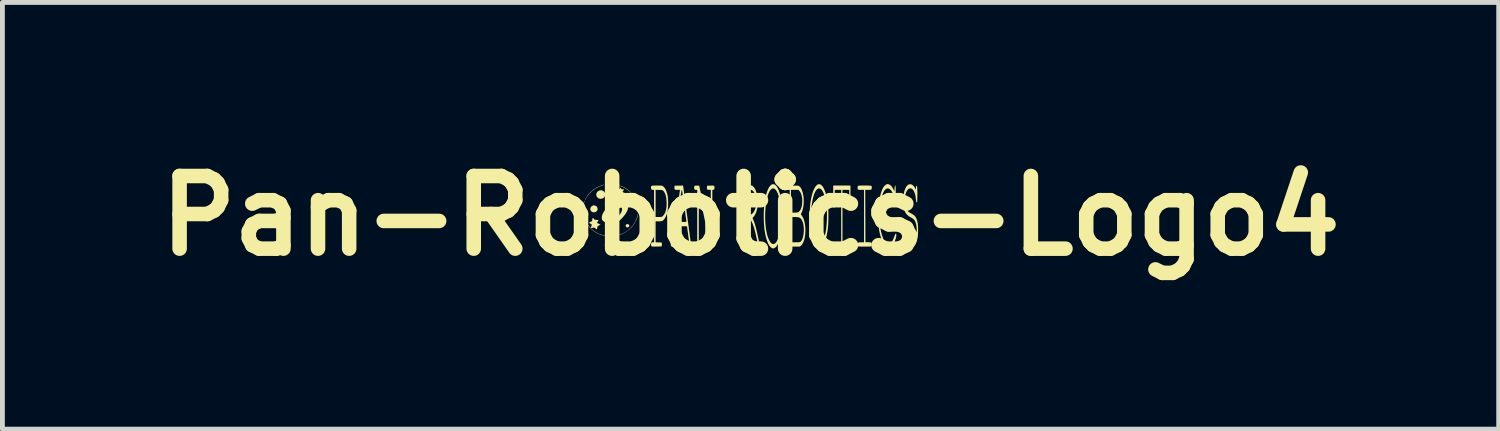
<source format=kicad_pcb>
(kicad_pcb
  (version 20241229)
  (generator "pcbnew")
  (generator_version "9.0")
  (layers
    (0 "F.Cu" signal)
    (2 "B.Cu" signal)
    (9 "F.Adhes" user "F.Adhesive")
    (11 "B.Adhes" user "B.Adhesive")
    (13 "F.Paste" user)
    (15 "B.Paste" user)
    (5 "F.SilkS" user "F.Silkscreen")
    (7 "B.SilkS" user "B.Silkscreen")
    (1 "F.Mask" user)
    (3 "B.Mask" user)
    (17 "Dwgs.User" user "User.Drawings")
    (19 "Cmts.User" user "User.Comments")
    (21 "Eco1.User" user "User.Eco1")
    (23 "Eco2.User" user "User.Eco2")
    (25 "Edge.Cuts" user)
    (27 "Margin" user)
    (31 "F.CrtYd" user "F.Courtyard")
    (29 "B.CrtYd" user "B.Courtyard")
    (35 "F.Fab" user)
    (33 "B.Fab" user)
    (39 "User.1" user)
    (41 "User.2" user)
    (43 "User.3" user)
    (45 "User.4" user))
  (footprint "Pan-Robotics-Logo4"
    (layer "F.Cu")
    (at 12.443 1.404)
    (property "Reference" "Pan-Robotics-Logo4" (at 0 0 0) (layer "F.SilkS") (effects (font (size 1.5 1.5) (thickness 0.3))))
    (attr board_only exclude_from_pos_files exclude_from_bom)
    (fp_poly (pts (xy -3.452 -0.027) (xy -3.451 -0.014) (xy -3.452 -0.011) (xy -3.454 -0.01) (xy -3.455 -0.019) (xy -3.454 -0.028)) (stroke (width 0) (type solid)) (fill yes) (layer "F.SilkS"))
    (fp_poly (pts (xy -2.319 -0.167) (xy -2.318 -0.154) (xy -2.319 -0.151) (xy -2.321 -0.15) (xy -2.322 -0.159) (xy -2.321 -0.168)) (stroke (width 0) (type solid)) (fill yes) (layer "F.SilkS"))
    (fp_poly (pts (xy -3.458 -0.177) (xy -3.457 -0.156) (xy -3.458 -0.142) (xy -3.459 -0.138) (xy -3.46 -0.145) (xy -3.46 -0.159) (xy -3.46 -0.175) (xy -3.459 -0.181)) (stroke (width 0) (type solid)) (fill yes) (layer "F.SilkS"))
    (fp_poly (pts (xy -2.977 -0.647) (xy -2.977 -0.645) (xy -2.987 -0.644) (xy -2.988 -0.644) (xy -2.998 -0.645) (xy -2.997 -0.647) (xy -2.996 -0.647) (xy -2.982 -0.648)) (stroke (width 0) (type solid)) (fill yes) (layer "F.SilkS"))
    (fp_poly (pts (xy -2.318 -0.1) (xy -2.317 -0.081) (xy -2.318 -0.068) (xy -2.32 -0.066) (xy -2.321 -0.074) (xy -2.321 -0.086) (xy -2.321 -0.1) (xy -2.32 -0.105)) (stroke (width 0) (type solid)) (fill yes) (layer "F.SilkS"))
    (fp_poly (pts (xy -3.458 -0.091) (xy -3.458 -0.091) (xy -3.457 -0.07) (xy -3.458 -0.052) (xy -3.459 -0.049) (xy -3.46 -0.056) (xy -3.46 -0.073) (xy -3.46 -0.09) (xy -3.459 -0.096)) (stroke (width 0) (type solid)) (fill yes) (layer "F.SilkS"))
    (fp_poly (pts (xy -2.522 0.176) (xy -2.507 0.188) (xy -2.502 0.204) (xy -2.508 0.221) (xy -2.514 0.229) (xy -2.532 0.24) (xy -2.552 0.239) (xy -2.56 0.235) (xy -2.575 0.221) (xy -2.58 0.204) (xy -2.576 0.188) (xy -2.563 0.176) (xy -2.543 0.172)) (stroke (width 0) (type solid)) (fill yes) (layer "F.SilkS"))
    (fp_poly (pts (xy -3.425 -0.301) (xy -3.427 -0.294) (xy -3.431 -0.283) (xy -3.437 -0.263) (xy -3.443 -0.24) (xy -3.443 -0.239) (xy -3.449 -0.219) (xy -3.453 -0.208) (xy -3.455 -0.207) (xy -3.455 -0.208) (xy -3.454 -0.22) (xy -3.45 -0.238) (xy -3.444 -0.26) (xy -3.437 -0.28) (xy -3.431 -0.296) (xy -3.427 -0.305) (xy -3.426 -0.305)) (stroke (width 0) (type solid)) (fill yes) (layer "F.SilkS"))
    (fp_poly (pts (xy -2.348 -0.293) (xy -2.343 -0.278) (xy -2.339 -0.266) (xy -2.332 -0.241) (xy -2.327 -0.217) (xy -2.324 -0.196) (xy -2.323 -0.182) (xy -2.325 -0.178) (xy -2.328 -0.184) (xy -2.329 -0.193) (xy -2.331 -0.206) (xy -2.335 -0.227) (xy -2.342 -0.251) (xy -2.342 -0.251) (xy -2.348 -0.276) (xy -2.351 -0.292) (xy -2.351 -0.298)) (stroke (width 0) (type solid)) (fill yes) (layer "F.SilkS"))
    (fp_poly (pts (xy -3.212 -0.212) (xy -3.188 -0.202) (xy -3.17 -0.183) (xy -3.159 -0.157) (xy -3.157 -0.139) (xy -3.162 -0.113) (xy -3.178 -0.092) (xy -3.2 -0.077) (xy -3.226 -0.071) (xy -3.254 -0.073) (xy -3.273 -0.08) (xy -3.294 -0.098) (xy -3.306 -0.122) (xy -3.308 -0.148) (xy -3.299 -0.175) (xy -3.289 -0.188) (xy -3.265 -0.207) (xy -3.238 -0.214)) (stroke (width 0) (type solid)) (fill yes) (layer "F.SilkS"))
    (fp_poly (pts (xy -3.065 -0.522) (xy -3.055 -0.518) (xy -3.027 -0.501) (xy -3.009 -0.478) (xy -3.001 -0.451) (xy -3.002 -0.422) (xy -3.012 -0.394) (xy -3.034 -0.37) (xy -3.041 -0.364) (xy -3.07 -0.353) (xy -3.101 -0.35) (xy -3.132 -0.357) (xy -3.142 -0.362) (xy -3.167 -0.384) (xy -3.181 -0.41) (xy -3.186 -0.439) (xy -3.18 -0.467) (xy -3.165 -0.493) (xy -3.14 -0.513) (xy -3.135 -0.515) (xy -3.11 -0.525) (xy -3.089 -0.527)) (stroke (width 0) (type solid)) (fill yes) (layer "F.SilkS"))
    (fp_poly (pts (xy -3.019 -0.641) (xy -3.029 -0.636) (xy -3.047 -0.631) (xy -3.051 -0.629) (xy -3.127 -0.602) (xy -3.196 -0.566) (xy -3.26 -0.52) (xy -3.293 -0.49) (xy -3.334 -0.447) (xy -3.368 -0.404) (xy -3.398 -0.357) (xy -3.403 -0.348) (xy -3.413 -0.329) (xy -3.421 -0.317) (xy -3.424 -0.314) (xy -3.424 -0.315) (xy -3.421 -0.323) (xy -3.414 -0.338) (xy -3.403 -0.359) (xy -3.401 -0.362) (xy -3.357 -0.43) (xy -3.303 -0.491) (xy -3.24 -0.544) (xy -3.176 -0.585) (xy -3.148 -0.598) (xy -3.117 -0.612) (xy -3.085 -0.624) (xy -3.056 -0.634) (xy -3.033 -0.64) (xy -3.019 -0.642)) (stroke (width 0) (type solid)) (fill yes) (layer "F.SilkS"))
    (fp_poly (pts (xy -2.811 -0.65) (xy -2.73 -0.635) (xy -2.653 -0.608) (xy -2.592 -0.578) (xy -2.558 -0.556) (xy -2.521 -0.527) (xy -2.483 -0.493) (xy -2.449 -0.459) (xy -2.421 -0.426) (xy -2.412 -0.414) (xy -2.398 -0.391) (xy -2.384 -0.367) (xy -2.371 -0.344) (xy -2.362 -0.325) (xy -2.357 -0.312) (xy -2.357 -0.308) (xy -2.36 -0.312) (xy -2.367 -0.324) (xy -2.371 -0.332) (xy -2.406 -0.395) (xy -2.452 -0.455) (xy -2.507 -0.508) (xy -2.569 -0.555) (xy -2.622 -0.586) (xy -2.668 -0.607) (xy -2.711 -0.623) (xy -2.754 -0.635) (xy -2.8 -0.643) (xy -2.854 -0.648) (xy -2.88 -0.649) (xy -2.969 -0.653) (xy -2.898 -0.654)) (stroke (width 0) (type solid)) (fill yes) (layer "F.SilkS"))
    (fp_poly (pts (xy -2.823 0.221) (xy -2.817 0.231) (xy -2.812 0.242) (xy -2.804 0.258) (xy -2.797 0.265) (xy -2.787 0.266) (xy -2.781 0.265) (xy -2.767 0.264) (xy -2.762 0.269) (xy -2.762 0.271) (xy -2.757 0.279) (xy -2.751 0.28) (xy -2.746 0.282) (xy -2.751 0.289) (xy -2.761 0.298) (xy -2.783 0.316) (xy -2.769 0.343) (xy -2.755 0.371) (xy -2.783 0.366) (xy -2.801 0.365) (xy -2.813 0.367) (xy -2.823 0.376) (xy -2.827 0.382) (xy -2.838 0.393) (xy -2.845 0.397) (xy -2.847 0.397) (xy -2.85 0.388) (xy -2.851 0.374) (xy -2.853 0.361) (xy -2.862 0.356) (xy -2.864 0.356) (xy -2.874 0.353) (xy -2.877 0.347) (xy -2.882 0.337) (xy -2.89 0.33) (xy -2.904 0.323) (xy -2.889 0.311) (xy -2.874 0.3) (xy -2.892 0.28) (xy -2.911 0.261) (xy -2.885 0.261) (xy -2.868 0.26) (xy -2.859 0.255) (xy -2.855 0.247) (xy -2.851 0.238) (xy -2.847 0.237) (xy -2.841 0.236) (xy -2.834 0.229) (xy -2.828 0.221)) (stroke (width 0) (type solid)) (fill yes) (layer "F.SilkS"))
    (fp_poly (pts (xy -2.323 -0.039) (xy -2.326 -0.018) (xy -2.332 0.012) (xy -2.343 0.045) (xy -2.356 0.08) (xy -2.365 0.101) (xy -2.404 0.171) (xy -2.453 0.234) (xy -2.51 0.289) (xy -2.575 0.336) (xy -2.645 0.374) (xy -2.721 0.402) (xy -2.8 0.42) (xy -2.881 0.427) (xy -2.964 0.423) (xy -3.017 0.414) (xy -3.097 0.391) (xy -3.173 0.357) (xy -3.243 0.312) (xy -3.305 0.259) (xy -3.359 0.197) (xy -3.378 0.17) (xy -3.394 0.143) (xy -3.41 0.113) (xy -3.425 0.081) (xy -3.437 0.051) (xy -3.446 0.026) (xy -3.449 0.009) (xy -3.449 0.008) (xy -3.447 0.009) (xy -3.442 0.019) (xy -3.435 0.037) (xy -3.431 0.049) (xy -3.399 0.121) (xy -3.357 0.188) (xy -3.305 0.249) (xy -3.244 0.303) (xy -3.177 0.348) (xy -3.119 0.376) (xy -3.042 0.402) (xy -2.961 0.416) (xy -2.878 0.419) (xy -2.795 0.412) (xy -2.715 0.394) (xy -2.639 0.365) (xy -2.627 0.359) (xy -2.583 0.335) (xy -2.546 0.311) (xy -2.511 0.283) (xy -2.478 0.252) (xy -2.424 0.19) (xy -2.381 0.122) (xy -2.35 0.048) (xy -2.334 -0.01) (xy -2.329 -0.029) (xy -2.325 -0.04) (xy -2.324 -0.04)) (stroke (width 0) (type solid)) (fill yes) (layer "F.SilkS"))
    (fp_poly (pts (xy 2.403 -0.624) (xy 2.438 -0.623) (xy 2.462 -0.622) (xy 2.479 -0.621) (xy 2.49 -0.619) (xy 2.495 -0.617) (xy 2.497 -0.614) (xy 2.501 -0.598) (xy 2.501 -0.577) (xy 2.499 -0.558) (xy 2.495 -0.544) (xy 2.494 -0.542) (xy 2.483 -0.538) (xy 2.461 -0.536) (xy 2.428 -0.535) (xy 2.427 -0.535) (xy 2.367 -0.535) (xy 2.369 0.005) (xy 2.371 0.544) (xy 2.431 0.546) (xy 2.463 0.548) (xy 2.485 0.551) (xy 2.496 0.555) (xy 2.496 0.556) (xy 2.5 0.568) (xy 2.501 0.587) (xy 2.5 0.608) (xy 2.496 0.624) (xy 2.494 0.629) (xy 2.486 0.632) (xy 2.47 0.634) (xy 2.443 0.635) (xy 2.406 0.636) (xy 2.357 0.636) (xy 2.354 0.636) (xy 2.309 0.636) (xy 2.276 0.636) (xy 2.252 0.635) (xy 2.236 0.634) (xy 2.226 0.632) (xy 2.219 0.63) (xy 2.216 0.626) (xy 2.215 0.624) (xy 2.21 0.609) (xy 2.208 0.592) (xy 2.209 0.573) (xy 2.214 0.56) (xy 2.224 0.552) (xy 2.242 0.549) (xy 2.27 0.547) (xy 2.282 0.547) (xy 2.342 0.547) (xy 2.342 0.006) (xy 2.342 -0.535) (xy 2.282 -0.535) (xy 2.25 -0.535) (xy 2.229 -0.538) (xy 2.217 -0.544) (xy 2.21 -0.555) (xy 2.209 -0.572) (xy 2.208 -0.579) (xy 2.211 -0.598) (xy 2.215 -0.611) (xy 2.218 -0.615) (xy 2.223 -0.619) (xy 2.231 -0.621) (xy 2.245 -0.622) (xy 2.265 -0.623) (xy 2.294 -0.624) (xy 2.333 -0.624) (xy 2.358 -0.624)) (stroke (width 0) (type solid)) (fill yes) (layer "F.SilkS"))
    (fp_poly (pts (xy -3.247 0.048) (xy -3.235 0.062) (xy -3.233 0.064) (xy -3.219 0.079) (xy -3.21 0.086) (xy -3.203 0.086) (xy -3.199 0.083) (xy -3.191 0.078) (xy -3.189 0.083) (xy -3.184 0.087) (xy -3.17 0.087) (xy -3.163 0.086) (xy -3.147 0.084) (xy -3.138 0.084) (xy -3.138 0.085) (xy -3.141 0.092) (xy -3.148 0.106) (xy -3.153 0.115) (xy -3.164 0.136) (xy -3.169 0.147) (xy -3.167 0.152) (xy -3.164 0.153) (xy -3.155 0.155) (xy -3.139 0.161) (xy -3.128 0.166) (xy -3.097 0.18) (xy -3.121 0.192) (xy -3.136 0.202) (xy -3.142 0.211) (xy -3.142 0.213) (xy -3.143 0.219) (xy -3.151 0.218) (xy -3.159 0.218) (xy -3.163 0.225) (xy -3.164 0.24) (xy -3.165 0.264) (xy -3.169 0.276) (xy -3.177 0.278) (xy -3.19 0.27) (xy -3.198 0.264) (xy -3.22 0.249) (xy -3.239 0.242) (xy -3.253 0.245) (xy -3.254 0.246) (xy -3.262 0.249) (xy -3.276 0.251) (xy -3.289 0.252) (xy -3.296 0.25) (xy -3.297 0.249) (xy -3.295 0.241) (xy -3.29 0.226) (xy -3.286 0.214) (xy -3.28 0.197) (xy -3.278 0.186) (xy -3.283 0.178) (xy -3.295 0.169) (xy -3.316 0.157) (xy -3.317 0.157) (xy -3.33 0.149) (xy -3.333 0.144) (xy -3.328 0.14) (xy -3.324 0.138) (xy -3.313 0.132) (xy -3.309 0.127) (xy -3.304 0.123) (xy -3.291 0.119) (xy -3.279 0.115) (xy -3.272 0.106) (xy -3.268 0.089) (xy -3.268 0.088) (xy -3.264 0.062) (xy -3.26 0.047) (xy -3.255 0.043)) (stroke (width 0) (type solid)) (fill yes) (layer "F.SilkS"))
    (fp_poly (pts (xy 2.062 -0.399) (xy 2.062 -0.337) (xy 2.062 -0.287) (xy 2.061 -0.248) (xy 2.06 -0.218) (xy 2.059 -0.196) (xy 2.058 -0.18) (xy 2.056 -0.171) (xy 2.054 -0.166) (xy 2.053 -0.166) (xy 2.045 -0.163) (xy 2.041 -0.169) (xy 2.039 -0.178) (xy 2.039 -0.198) (xy 2.038 -0.227) (xy 2.037 -0.263) (xy 2.037 -0.306) (xy 2.037 -0.352) (xy 2.037 -0.357) (xy 2.037 -0.535) (xy 1.967 -0.535) (xy 1.897 -0.535) (xy 1.897 0.006) (xy 1.897 0.547) (xy 1.944 0.547) (xy 1.972 0.548) (xy 1.99 0.553) (xy 2 0.562) (xy 2.004 0.578) (xy 2.005 0.592) (xy 2.004 0.607) (xy 2.002 0.619) (xy 1.997 0.627) (xy 1.986 0.632) (xy 1.968 0.635) (xy 1.942 0.636) (xy 1.905 0.636) (xy 1.883 0.636) (xy 1.775 0.636) (xy 1.769 0.62) (xy 1.763 0.592) (xy 1.766 0.567) (xy 1.77 0.56) (xy 1.775 0.553) (xy 1.784 0.549) (xy 1.8 0.548) (xy 1.824 0.547) (xy 1.871 0.547) (xy 1.871 0.006) (xy 1.871 -0.535) (xy 1.805 -0.535) (xy 1.739 -0.535) (xy 1.736 -0.358) (xy 1.735 -0.311) (xy 1.734 -0.269) (xy 1.733 -0.231) (xy 1.731 -0.201) (xy 1.73 -0.18) (xy 1.728 -0.17) (xy 1.728 -0.17) (xy 1.722 -0.163) (xy 1.714 -0.166) (xy 1.712 -0.17) (xy 1.71 -0.179) (xy 1.709 -0.193) (xy 1.707 -0.214) (xy 1.707 -0.242) (xy 1.706 -0.28) (xy 1.706 -0.328) (xy 1.706 -0.388) (xy 1.706 -0.399) (xy 1.706 -0.624) (xy 1.884 -0.624) (xy 2.062 -0.624)) (stroke (width 0) (type solid)) (fill yes) (layer "F.SilkS"))
    (fp_poly (pts (xy -2.763 -0.594) (xy -2.751 -0.584) (xy -2.74 -0.573) (xy -2.714 -0.547) (xy -2.699 -0.563) (xy -2.685 -0.576) (xy -2.677 -0.578) (xy -2.673 -0.569) (xy -2.672 -0.562) (xy -2.67 -0.552) (xy -2.664 -0.547) (xy -2.652 -0.546) (xy -2.639 -0.546) (xy -2.621 -0.547) (xy -2.613 -0.545) (xy -2.614 -0.538) (xy -2.623 -0.524) (xy -2.63 -0.515) (xy -2.639 -0.499) (xy -2.639 -0.489) (xy -2.628 -0.482) (xy -2.615 -0.477) (xy -2.599 -0.471) (xy -2.588 -0.465) (xy -2.587 -0.464) (xy -2.59 -0.458) (xy -2.601 -0.45) (xy -2.609 -0.446) (xy -2.635 -0.432) (xy -2.625 -0.413) (xy -2.615 -0.394) (xy -2.633 -0.398) (xy -2.649 -0.402) (xy -2.658 -0.404) (xy -2.664 -0.404) (xy -2.669 -0.396) (xy -2.673 -0.38) (xy -2.676 -0.36) (xy -2.68 -0.343) (xy -2.686 -0.332) (xy -2.688 -0.331) (xy -2.696 -0.335) (xy -2.71 -0.346) (xy -2.722 -0.358) (xy -2.738 -0.372) (xy -2.748 -0.379) (xy -2.755 -0.378) (xy -2.758 -0.376) (xy -2.77 -0.371) (xy -2.789 -0.367) (xy -2.803 -0.366) (xy -2.838 -0.364) (xy -2.819 -0.403) (xy -2.808 -0.424) (xy -2.804 -0.438) (xy -2.808 -0.448) (xy -2.821 -0.457) (xy -2.845 -0.467) (xy -2.849 -0.469) (xy -2.865 -0.477) (xy -2.875 -0.483) (xy -2.877 -0.485) (xy -2.871 -0.489) (xy -2.858 -0.495) (xy -2.854 -0.496) (xy -2.84 -0.503) (xy -2.832 -0.511) (xy -2.832 -0.513) (xy -2.826 -0.52) (xy -2.811 -0.522) (xy -2.799 -0.522) (xy -2.792 -0.526) (xy -2.787 -0.536) (xy -2.782 -0.555) (xy -2.781 -0.56) (xy -2.776 -0.58) (xy -2.772 -0.594) (xy -2.769 -0.598)) (stroke (width 0) (type solid)) (fill yes) (layer "F.SilkS"))
    (fp_poly (pts (xy -1.896 -0.624) (xy -1.866 -0.623) (xy -1.845 -0.622) (xy -1.83 -0.62) (xy -1.819 -0.616) (xy -1.81 -0.612) (xy -1.81 -0.611) (xy -1.785 -0.59) (xy -1.762 -0.559) (xy -1.742 -0.517) (xy -1.725 -0.464) (xy -1.714 -0.423) (xy -1.708 -0.385) (xy -1.704 -0.338) (xy -1.702 -0.286) (xy -1.702 -0.231) (xy -1.704 -0.178) (xy -1.709 -0.129) (xy -1.715 -0.089) (xy -1.717 -0.08) (xy -1.73 -0.035) (xy -1.743 0.002) (xy -1.759 0.034) (xy -1.776 0.061) (xy -1.793 0.084) (xy -1.811 0.099) (xy -1.831 0.108) (xy -1.857 0.113) (xy -1.893 0.115) (xy -1.898 0.115) (xy -1.96 0.115) (xy -1.96 0.331) (xy -1.96 0.547) (xy -1.899 0.549) (xy -1.837 0.551) (xy -1.832 0.571) (xy -1.829 0.593) (xy -1.832 0.613) (xy -1.837 0.633) (xy -1.94 0.635) (xy -1.978 0.636) (xy -2.006 0.636) (xy -2.025 0.635) (xy -2.036 0.633) (xy -2.043 0.631) (xy -2.047 0.627) (xy -2.049 0.624) (xy -2.055 0.604) (xy -2.055 0.58) (xy -2.049 0.56) (xy -2.04 0.551) (xy -2.022 0.547) (xy -2.017 0.547) (xy -1.992 0.547) (xy -1.992 0.006) (xy -1.992 -0.535) (xy -1.96 -0.535) (xy -1.96 -0.255) (xy -1.96 0.025) (xy -1.897 0.025) (xy -1.868 0.025) (xy -1.848 0.024) (xy -1.835 0.022) (xy -1.825 0.017) (xy -1.815 0.009) (xy -1.811 0.006) (xy -1.784 -0.026) (xy -1.762 -0.068) (xy -1.746 -0.119) (xy -1.736 -0.179) (xy -1.732 -0.247) (xy -1.733 -0.286) (xy -1.738 -0.354) (xy -1.749 -0.412) (xy -1.765 -0.46) (xy -1.785 -0.496) (xy -1.798 -0.512) (xy -1.812 -0.523) (xy -1.828 -0.53) (xy -1.851 -0.533) (xy -1.883 -0.534) (xy -1.895 -0.534) (xy -1.96 -0.535) (xy -1.992 -0.535) (xy -2.017 -0.535) (xy -2.038 -0.538) (xy -2.05 -0.549) (xy -2.055 -0.57) (xy -2.056 -0.579) (xy -2.055 -0.595) (xy -2.053 -0.606) (xy -2.047 -0.614) (xy -2.036 -0.619) (xy -2.018 -0.622) (xy -1.992 -0.623) (xy -1.955 -0.624) (xy -1.936 -0.624)) (stroke (width 0) (type solid)) (fill yes) (layer "F.SilkS"))
    (fp_poly (pts (xy 0.489 -0.649) (xy 0.515 -0.633) (xy 0.54 -0.605) (xy 0.563 -0.567) (xy 0.584 -0.519) (xy 0.604 -0.46) (xy 0.621 -0.392) (xy 0.636 -0.315) (xy 0.649 -0.229) (xy 0.65 -0.22) (xy 0.653 -0.19) (xy 0.655 -0.151) (xy 0.657 -0.105) (xy 0.658 -0.053) (xy 0.658 -0.000345) (xy 0.658 0.01) (xy 0.658 0.083) (xy 0.656 0.147) (xy 0.653 0.204) (xy 0.647 0.257) (xy 0.64 0.31) (xy 0.631 0.365) (xy 0.629 0.375) (xy 0.613 0.446) (xy 0.595 0.508) (xy 0.574 0.562) (xy 0.551 0.607) (xy 0.527 0.64) (xy 0.501 0.662) (xy 0.496 0.665) (xy 0.475 0.673) (xy 0.456 0.673) (xy 0.433 0.663) (xy 0.433 0.663) (xy 0.409 0.644) (xy 0.385 0.613) (xy 0.363 0.572) (xy 0.342 0.522) (xy 0.323 0.463) (xy 0.307 0.398) (xy 0.293 0.328) (xy 0.29 0.307) (xy 0.282 0.24) (xy 0.276 0.163) (xy 0.273 0.081) (xy 0.272 0.01) (xy 0.3 0.01) (xy 0.302 0.088) (xy 0.306 0.165) (xy 0.314 0.24) (xy 0.325 0.313) (xy 0.34 0.383) (xy 0.341 0.387) (xy 0.353 0.429) (xy 0.369 0.471) (xy 0.386 0.508) (xy 0.404 0.54) (xy 0.422 0.562) (xy 0.432 0.571) (xy 0.454 0.583) (xy 0.474 0.584) (xy 0.495 0.577) (xy 0.496 0.576) (xy 0.519 0.558) (xy 0.54 0.528) (xy 0.56 0.488) (xy 0.577 0.438) (xy 0.592 0.381) (xy 0.604 0.318) (xy 0.615 0.248) (xy 0.622 0.175) (xy 0.627 0.098) (xy 0.629 0.019) (xy 0.628 -0.06) (xy 0.624 -0.139) (xy 0.617 -0.216) (xy 0.606 -0.291) (xy 0.595 -0.347) (xy 0.578 -0.413) (xy 0.559 -0.467) (xy 0.538 -0.51) (xy 0.515 -0.54) (xy 0.491 -0.559) (xy 0.465 -0.565) (xy 0.455 -0.564) (xy 0.43 -0.553) (xy 0.408 -0.53) (xy 0.387 -0.497) (xy 0.368 -0.455) (xy 0.351 -0.405) (xy 0.336 -0.347) (xy 0.324 -0.284) (xy 0.314 -0.215) (xy 0.307 -0.142) (xy 0.302 -0.067) (xy 0.3 0.01) (xy 0.272 0.01) (xy 0.272 -0.004) (xy 0.274 -0.088) (xy 0.278 -0.169) (xy 0.284 -0.242) (xy 0.29 -0.29) (xy 0.303 -0.362) (xy 0.319 -0.429) (xy 0.337 -0.49) (xy 0.358 -0.542) (xy 0.381 -0.586) (xy 0.404 -0.619) (xy 0.429 -0.641) (xy 0.435 -0.645) (xy 0.463 -0.653)) (stroke (width 0) (type solid)) (fill yes) (layer "F.SilkS"))
    (fp_poly (pts (xy 1.438 -0.649) (xy 1.463 -0.633) (xy 1.488 -0.605) (xy 1.511 -0.567) (xy 1.532 -0.519) (xy 1.552 -0.46) (xy 1.569 -0.392) (xy 1.585 -0.315) (xy 1.597 -0.229) (xy 1.598 -0.22) (xy 1.601 -0.19) (xy 1.603 -0.151) (xy 1.605 -0.105) (xy 1.606 -0.053) (xy 1.607 -0.000345) (xy 1.607 0.01) (xy 1.606 0.083) (xy 1.604 0.147) (xy 1.601 0.204) (xy 1.596 0.257) (xy 1.589 0.31) (xy 1.579 0.365) (xy 1.577 0.375) (xy 1.562 0.446) (xy 1.543 0.508) (xy 1.522 0.562) (xy 1.499 0.607) (xy 1.475 0.64) (xy 1.449 0.662) (xy 1.444 0.665) (xy 1.423 0.673) (xy 1.404 0.673) (xy 1.382 0.663) (xy 1.381 0.663) (xy 1.357 0.644) (xy 1.334 0.613) (xy 1.311 0.572) (xy 1.29 0.522) (xy 1.271 0.463) (xy 1.255 0.398) (xy 1.241 0.328) (xy 1.238 0.307) (xy 1.23 0.24) (xy 1.225 0.163) (xy 1.221 0.081) (xy 1.221 0.01) (xy 1.249 0.01) (xy 1.25 0.088) (xy 1.254 0.165) (xy 1.262 0.24) (xy 1.273 0.313) (xy 1.288 0.383) (xy 1.289 0.387) (xy 1.301 0.429) (xy 1.317 0.471) (xy 1.335 0.508) (xy 1.353 0.54) (xy 1.37 0.562) (xy 1.38 0.571) (xy 1.402 0.583) (xy 1.422 0.584) (xy 1.444 0.577) (xy 1.444 0.576) (xy 1.467 0.558) (xy 1.489 0.528) (xy 1.508 0.488) (xy 1.525 0.438) (xy 1.54 0.381) (xy 1.553 0.318) (xy 1.563 0.248) (xy 1.57 0.175) (xy 1.575 0.098) (xy 1.577 0.019) (xy 1.576 -0.06) (xy 1.572 -0.139) (xy 1.565 -0.216) (xy 1.554 -0.291) (xy 1.543 -0.347) (xy 1.526 -0.413) (xy 1.507 -0.467) (xy 1.486 -0.51) (xy 1.464 -0.54) (xy 1.439 -0.559) (xy 1.413 -0.565) (xy 1.403 -0.564) (xy 1.379 -0.553) (xy 1.356 -0.53) (xy 1.335 -0.497) (xy 1.316 -0.455) (xy 1.299 -0.405) (xy 1.284 -0.347) (xy 1.272 -0.284) (xy 1.262 -0.215) (xy 1.255 -0.142) (xy 1.25 -0.067) (xy 1.249 0.01) (xy 1.221 0.01) (xy 1.221 -0.004) (xy 1.222 -0.088) (xy 1.226 -0.169) (xy 1.232 -0.242) (xy 1.238 -0.29) (xy 1.251 -0.362) (xy 1.267 -0.429) (xy 1.285 -0.49) (xy 1.306 -0.542) (xy 1.329 -0.586) (xy 1.353 -0.619) (xy 1.377 -0.641) (xy 1.383 -0.645) (xy 1.411 -0.653)) (stroke (width 0) (type solid)) (fill yes) (layer "F.SilkS"))
    (fp_poly (pts (xy -0.769 -0.622) (xy -0.755 -0.618) (xy -0.748 -0.611) (xy -0.745 -0.598) (xy -0.745 -0.58) (xy -0.745 -0.579) (xy -0.747 -0.554) (xy -0.755 -0.54) (xy -0.77 -0.535) (xy -0.775 -0.535) (xy -0.789 -0.535) (xy -0.789 0.051) (xy -0.789 0.636) (xy -0.81 0.636) (xy -0.831 0.636) (xy -0.938 0.122) (xy -0.955 0.042) (xy -0.971 -0.035) (xy -0.987 -0.109) (xy -1.002 -0.178) (xy -1.015 -0.241) (xy -1.027 -0.298) (xy -1.037 -0.346) (xy -1.046 -0.386) (xy -1.052 -0.416) (xy -1.056 -0.435) (xy -1.057 -0.439) (xy -1.059 -0.447) (xy -1.061 -0.453) (xy -1.062 -0.457) (xy -1.064 -0.456) (xy -1.065 -0.451) (xy -1.066 -0.44) (xy -1.066 -0.424) (xy -1.067 -0.401) (xy -1.067 -0.371) (xy -1.068 -0.332) (xy -1.068 -0.285) (xy -1.068 -0.228) (xy -1.068 -0.161) (xy -1.068 -0.082) (xy -1.069 0.008) (xy -1.069 0.03) (xy -1.069 0.547) (xy -1.033 0.549) (xy -1.012 0.55) (xy -1.001 0.553) (xy -0.995 0.56) (xy -0.991 0.571) (xy -0.989 0.593) (xy -0.991 0.613) (xy -0.997 0.633) (xy -1.064 0.635) (xy -1.096 0.635) (xy -1.117 0.635) (xy -1.131 0.632) (xy -1.138 0.628) (xy -1.139 0.628) (xy -1.143 0.615) (xy -1.145 0.595) (xy -1.144 0.584) (xy -1.143 0.565) (xy -1.14 0.554) (xy -1.133 0.55) (xy -1.122 0.549) (xy -1.101 0.547) (xy -1.101 0.006) (xy -1.101 -0.535) (xy -1.126 -0.535) (xy -1.146 -0.537) (xy -1.158 -0.547) (xy -1.164 -0.566) (xy -1.165 -0.584) (xy -1.163 -0.603) (xy -1.156 -0.615) (xy -1.142 -0.621) (xy -1.118 -0.623) (xy -1.104 -0.622) (xy -1.06 -0.621) (xy -0.944 -0.07) (xy -0.927 0.012) (xy -0.91 0.09) (xy -0.895 0.164) (xy -0.88 0.233) (xy -0.867 0.296) (xy -0.855 0.351) (xy -0.845 0.399) (xy -0.837 0.437) (xy -0.831 0.466) (xy -0.827 0.484) (xy -0.825 0.49) (xy -0.825 0.485) (xy -0.824 0.469) (xy -0.824 0.441) (xy -0.824 0.404) (xy -0.823 0.358) (xy -0.823 0.303) (xy -0.822 0.241) (xy -0.822 0.173) (xy -0.822 0.1) (xy -0.822 0.022) (xy -0.822 -0.017) (xy -0.821 -0.534) (xy -0.857 -0.536) (xy -0.878 -0.537) (xy -0.89 -0.54) (xy -0.896 -0.547) (xy -0.9 -0.558) (xy -0.902 -0.586) (xy -0.9 -0.6) (xy -0.894 -0.621) (xy -0.824 -0.622) (xy -0.792 -0.623)) (stroke (width 0) (type solid)) (fill yes) (layer "F.SilkS"))
    (fp_poly (pts (xy 0.054 -0.604) (xy 0.078 -0.576) (xy 0.1 -0.537) (xy 0.118 -0.49) (xy 0.132 -0.436) (xy 0.142 -0.377) (xy 0.148 -0.316) (xy 0.148 -0.254) (xy 0.146 -0.22) (xy 0.136 -0.145) (xy 0.118 -0.079) (xy 0.094 -0.024) (xy 0.063 0.021) (xy 0.062 0.022) (xy 0.04 0.047) (xy 0.062 0.097) (xy 0.074 0.129) (xy 0.086 0.162) (xy 0.097 0.199) (xy 0.109 0.242) (xy 0.121 0.292) (xy 0.135 0.352) (xy 0.143 0.388) (xy 0.152 0.428) (xy 0.16 0.464) (xy 0.167 0.495) (xy 0.172 0.518) (xy 0.175 0.531) (xy 0.175 0.533) (xy 0.183 0.545) (xy 0.193 0.547) (xy 0.21 0.552) (xy 0.22 0.565) (xy 0.223 0.587) (xy 0.22 0.613) (xy 0.213 0.628) (xy 0.198 0.635) (xy 0.185 0.636) (xy 0.161 0.636) (xy 0.153 0.597) (xy 0.144 0.549) (xy 0.132 0.497) (xy 0.12 0.442) (xy 0.108 0.389) (xy 0.096 0.338) (xy 0.084 0.293) (xy 0.074 0.255) (xy 0.066 0.229) (xy 0.054 0.196) (xy 0.041 0.161) (xy 0.027 0.131) (xy 0.02 0.118) (xy -0.004 0.073) (xy -0.059 0.071) (xy -0.115 0.07) (xy -0.115 0.308) (xy -0.115 0.547) (xy -0.077 0.547) (xy -0.054 0.548) (xy -0.041 0.552) (xy -0.036 0.557) (xy -0.032 0.573) (xy -0.032 0.594) (xy -0.034 0.613) (xy -0.038 0.627) (xy -0.039 0.629) (xy -0.05 0.633) (xy -0.069 0.635) (xy -0.095 0.637) (xy -0.123 0.637) (xy -0.15 0.636) (xy -0.174 0.634) (xy -0.191 0.63) (xy -0.197 0.627) (xy -0.201 0.616) (xy -0.203 0.596) (xy -0.202 0.584) (xy -0.2 0.551) (xy -0.17 0.549) (xy -0.14 0.547) (xy -0.14 0.006) (xy -0.14 -0.535) (xy -0.115 -0.535) (xy -0.115 -0.277) (xy -0.115 -0.019) (xy -0.059 -0.019) (xy -0.026 -0.02) (xy -0.003 -0.023) (xy 0.014 -0.028) (xy 0.019 -0.031) (xy 0.044 -0.051) (xy 0.067 -0.081) (xy 0.087 -0.12) (xy 0.104 -0.166) (xy 0.115 -0.216) (xy 0.115 -0.218) (xy 0.12 -0.267) (xy 0.118 -0.319) (xy 0.111 -0.369) (xy 0.1 -0.417) (xy 0.084 -0.46) (xy 0.065 -0.495) (xy 0.044 -0.518) (xy 0.035 -0.525) (xy 0.025 -0.53) (xy 0.013 -0.533) (xy -0.006 -0.534) (xy -0.033 -0.535) (xy -0.045 -0.535) (xy -0.115 -0.535) (xy -0.14 -0.535) (xy -0.165 -0.535) (xy -0.185 -0.537) (xy -0.197 -0.546) (xy -0.202 -0.562) (xy -0.202 -0.587) (xy -0.2 -0.621) (xy -0.085 -0.622) (xy 0.031 -0.624)) (stroke (width 0) (type solid)) (fill yes) (layer "F.SilkS"))
    (fp_poly (pts (xy 0.961 -0.622) (xy 0.977 -0.621) (xy 0.988 -0.619) (xy 0.996 -0.615) (xy 1.004 -0.61) (xy 1.006 -0.609) (xy 1.028 -0.588) (xy 1.048 -0.556) (xy 1.065 -0.515) (xy 1.079 -0.467) (xy 1.09 -0.413) (xy 1.096 -0.357) (xy 1.098 -0.299) (xy 1.096 -0.241) (xy 1.095 -0.232) (xy 1.086 -0.172) (xy 1.073 -0.117) (xy 1.056 -0.07) (xy 1.049 -0.056) (xy 1.037 -0.032) (xy 1.061 0.000428) (xy 1.085 0.042) (xy 1.104 0.092) (xy 1.118 0.148) (xy 1.127 0.208) (xy 1.132 0.271) (xy 1.131 0.334) (xy 1.126 0.396) (xy 1.117 0.455) (xy 1.103 0.509) (xy 1.084 0.556) (xy 1.061 0.595) (xy 1.041 0.616) (xy 1.018 0.636) (xy 0.885 0.636) (xy 0.751 0.636) (xy 0.745 0.612) (xy 0.742 0.591) (xy 0.743 0.57) (xy 0.744 0.569) (xy 0.748 0.558) (xy 0.756 0.552) (xy 0.771 0.549) (xy 0.778 0.549) (xy 0.808 0.547) (xy 0.808 0.025) (xy 0.834 0.025) (xy 0.834 0.286) (xy 0.834 0.547) (xy 0.925 0.547) (xy 0.963 0.547) (xy 0.991 0.546) (xy 1.01 0.544) (xy 1.022 0.541) (xy 1.03 0.537) (xy 1.049 0.517) (xy 1.066 0.487) (xy 1.08 0.447) (xy 1.09 0.4) (xy 1.097 0.347) (xy 1.099 0.321) (xy 1.099 0.257) (xy 1.093 0.198) (xy 1.082 0.145) (xy 1.065 0.101) (xy 1.044 0.067) (xy 1.039 0.061) (xy 1.023 0.047) (xy 1.006 0.037) (xy 0.984 0.03) (xy 0.956 0.027) (xy 0.918 0.026) (xy 0.907 0.025) (xy 0.834 0.025) (xy 0.808 0.025) (xy 0.808 0.006) (xy 0.808 -0.534) (xy 0.797 -0.535) (xy 0.834 -0.535) (xy 0.834 -0.303) (xy 0.834 -0.25) (xy 0.834 -0.201) (xy 0.835 -0.158) (xy 0.836 -0.121) (xy 0.836 -0.093) (xy 0.837 -0.074) (xy 0.838 -0.067) (xy 0.846 -0.066) (xy 0.864 -0.065) (xy 0.889 -0.064) (xy 0.91 -0.065) (xy 0.942 -0.066) (xy 0.964 -0.068) (xy 0.98 -0.072) (xy 0.991 -0.077) (xy 0.994 -0.08) (xy 1.019 -0.105) (xy 1.038 -0.14) (xy 1.051 -0.177) (xy 1.062 -0.23) (xy 1.067 -0.286) (xy 1.066 -0.341) (xy 1.06 -0.394) (xy 1.048 -0.442) (xy 1.03 -0.482) (xy 1.009 -0.512) (xy 0.988 -0.535) (xy 0.911 -0.535) (xy 0.834 -0.535) (xy 0.797 -0.535) (xy 0.778 -0.536) (xy 0.76 -0.538) (xy 0.75 -0.542) (xy 0.746 -0.551) (xy 0.744 -0.561) (xy 0.742 -0.582) (xy 0.744 -0.601) (xy 0.744 -0.602) (xy 0.749 -0.621) (xy 0.866 -0.622) (xy 0.908 -0.623) (xy 0.939 -0.623)) (stroke (width 0) (type solid)) (fill yes) (layer "F.SilkS"))
    (fp_poly (pts (xy 2.843 -0.652) (xy 2.852 -0.65) (xy 2.879 -0.637) (xy 2.905 -0.614) (xy 2.929 -0.58) (xy 2.945 -0.551) (xy 2.969 -0.506) (xy 2.972 -0.561) (xy 2.974 -0.587) (xy 2.977 -0.607) (xy 2.979 -0.62) (xy 2.98 -0.621) (xy 2.985 -0.624) (xy 2.989 -0.62) (xy 2.992 -0.609) (xy 2.994 -0.589) (xy 2.996 -0.561) (xy 2.996 -0.522) (xy 2.996 -0.472) (xy 2.996 -0.433) (xy 2.995 -0.38) (xy 2.995 -0.339) (xy 2.994 -0.308) (xy 2.993 -0.286) (xy 2.991 -0.271) (xy 2.989 -0.262) (xy 2.987 -0.258) (xy 2.985 -0.258) (xy 2.98 -0.261) (xy 2.976 -0.27) (xy 2.973 -0.289) (xy 2.969 -0.318) (xy 2.968 -0.326) (xy 2.958 -0.389) (xy 2.944 -0.442) (xy 2.925 -0.487) (xy 2.913 -0.506) (xy 2.887 -0.538) (xy 2.861 -0.558) (xy 2.834 -0.565) (xy 2.807 -0.56) (xy 2.781 -0.542) (xy 2.757 -0.512) (xy 2.738 -0.477) (xy 2.721 -0.431) (xy 2.705 -0.373) (xy 2.691 -0.311) (xy 2.687 -0.292) (xy 2.684 -0.274) (xy 2.682 -0.256) (xy 2.68 -0.236) (xy 2.678 -0.212) (xy 2.677 -0.184) (xy 2.677 -0.15) (xy 2.676 -0.107) (xy 2.676 -0.054) (xy 2.676 0.003) (xy 2.676 0.068) (xy 2.677 0.121) (xy 2.677 0.164) (xy 2.678 0.199) (xy 2.679 0.228) (xy 2.68 0.251) (xy 2.683 0.27) (xy 2.685 0.287) (xy 2.688 0.302) (xy 2.704 0.369) (xy 2.722 0.429) (xy 2.743 0.481) (xy 2.765 0.523) (xy 2.788 0.555) (xy 2.812 0.576) (xy 2.829 0.583) (xy 2.855 0.584) (xy 2.88 0.575) (xy 2.903 0.554) (xy 2.926 0.521) (xy 2.948 0.477) (xy 2.969 0.424) (xy 2.982 0.392) (xy 2.992 0.373) (xy 3 0.366) (xy 3.005 0.372) (xy 3.009 0.39) (xy 3.009 0.394) (xy 3.007 0.423) (xy 3 0.459) (xy 2.987 0.499) (xy 2.971 0.54) (xy 2.952 0.578) (xy 2.932 0.611) (xy 2.917 0.63) (xy 2.895 0.651) (xy 2.871 0.666) (xy 2.85 0.674) (xy 2.843 0.674) (xy 2.832 0.672) (xy 2.817 0.666) (xy 2.816 0.666) (xy 2.791 0.649) (xy 2.766 0.622) (xy 2.743 0.589) (xy 2.731 0.566) (xy 2.719 0.536) (xy 2.705 0.497) (xy 2.691 0.452) (xy 2.678 0.404) (xy 2.666 0.357) (xy 2.657 0.314) (xy 2.657 0.314) (xy 2.653 0.286) (xy 2.649 0.247) (xy 2.646 0.2) (xy 2.644 0.146) (xy 2.643 0.088) (xy 2.642 0.027) (xy 2.642 -0.033) (xy 2.642 -0.092) (xy 2.644 -0.147) (xy 2.646 -0.195) (xy 2.649 -0.236) (xy 2.65 -0.25) (xy 2.663 -0.34) (xy 2.678 -0.42) (xy 2.697 -0.489) (xy 2.719 -0.546) (xy 2.743 -0.591) (xy 2.77 -0.624) (xy 2.796 -0.643) (xy 2.814 -0.652) (xy 2.828 -0.655)) (stroke (width 0) (type solid)) (fill yes) (layer "F.SilkS"))
    (fp_poly (pts (xy 3.328 -0.644) (xy 3.356 -0.625) (xy 3.381 -0.595) (xy 3.393 -0.574) (xy 3.41 -0.541) (xy 3.414 -0.579) (xy 3.418 -0.605) (xy 3.424 -0.619) (xy 3.43 -0.62) (xy 3.436 -0.612) (xy 3.438 -0.602) (xy 3.44 -0.581) (xy 3.441 -0.552) (xy 3.442 -0.518) (xy 3.443 -0.479) (xy 3.443 -0.438) (xy 3.443 -0.398) (xy 3.442 -0.361) (xy 3.441 -0.328) (xy 3.44 -0.302) (xy 3.438 -0.285) (xy 3.437 -0.28) (xy 3.43 -0.274) (xy 3.424 -0.279) (xy 3.419 -0.296) (xy 3.414 -0.326) (xy 3.411 -0.351) (xy 3.404 -0.41) (xy 3.391 -0.461) (xy 3.374 -0.503) (xy 3.354 -0.535) (xy 3.331 -0.556) (xy 3.305 -0.566) (xy 3.296 -0.566) (xy 3.272 -0.56) (xy 3.249 -0.544) (xy 3.228 -0.518) (xy 3.219 -0.501) (xy 3.202 -0.462) (xy 3.191 -0.42) (xy 3.185 -0.373) (xy 3.183 -0.317) (xy 3.184 -0.286) (xy 3.188 -0.229) (xy 3.196 -0.183) (xy 3.208 -0.145) (xy 3.227 -0.113) (xy 3.253 -0.087) (xy 3.286 -0.064) (xy 3.305 -0.054) (xy 3.342 -0.033) (xy 3.37 -0.014) (xy 3.39 0.005) (xy 3.406 0.026) (xy 3.417 0.047) (xy 3.432 0.083) (xy 3.443 0.121) (xy 3.451 0.163) (xy 3.456 0.212) (xy 3.458 0.27) (xy 3.458 0.296) (xy 3.457 0.35) (xy 3.455 0.394) (xy 3.451 0.432) (xy 3.445 0.468) (xy 3.436 0.505) (xy 3.427 0.535) (xy 3.407 0.586) (xy 3.382 0.625) (xy 3.354 0.653) (xy 3.342 0.66) (xy 3.313 0.672) (xy 3.289 0.673) (xy 3.264 0.666) (xy 3.26 0.664) (xy 3.237 0.648) (xy 3.215 0.623) (xy 3.192 0.587) (xy 3.184 0.571) (xy 3.164 0.531) (xy 3.163 0.576) (xy 3.162 0.608) (xy 3.158 0.628) (xy 3.151 0.635) (xy 3.143 0.631) (xy 3.14 0.623) (xy 3.138 0.603) (xy 3.136 0.575) (xy 3.135 0.541) (xy 3.134 0.502) (xy 3.134 0.46) (xy 3.134 0.418) (xy 3.134 0.378) (xy 3.135 0.342) (xy 3.137 0.311) (xy 3.139 0.288) (xy 3.141 0.275) (xy 3.142 0.273) (xy 3.149 0.27) (xy 3.155 0.279) (xy 3.16 0.298) (xy 3.164 0.33) (xy 3.165 0.348) (xy 3.172 0.399) (xy 3.183 0.449) (xy 3.199 0.493) (xy 3.217 0.531) (xy 3.239 0.559) (xy 3.25 0.568) (xy 3.277 0.581) (xy 3.306 0.583) (xy 3.335 0.574) (xy 3.361 0.555) (xy 3.37 0.545) (xy 3.391 0.509) (xy 3.408 0.463) (xy 3.42 0.41) (xy 3.428 0.353) (xy 3.43 0.294) (xy 3.427 0.236) (xy 3.419 0.181) (xy 3.405 0.133) (xy 3.399 0.118) (xy 3.383 0.089) (xy 3.36 0.066) (xy 3.328 0.045) (xy 3.316 0.038) (xy 3.267 0.01) (xy 3.23 -0.022) (xy 3.201 -0.058) (xy 3.18 -0.102) (xy 3.168 -0.137) (xy 3.163 -0.157) (xy 3.159 -0.177) (xy 3.156 -0.198) (xy 3.155 -0.224) (xy 3.154 -0.256) (xy 3.154 -0.299) (xy 3.154 -0.302) (xy 3.155 -0.376) (xy 3.161 -0.44) (xy 3.171 -0.495) (xy 3.186 -0.542) (xy 3.205 -0.584) (xy 3.22 -0.608) (xy 3.244 -0.634) (xy 3.271 -0.649) (xy 3.3 -0.652)) (stroke (width 0) (type solid)) (fill yes) (layer "F.SilkS"))
    (fp_poly (pts (xy -2.598 -0.298) (xy -2.565 -0.281) (xy -2.54 -0.255) (xy -2.54 -0.255) (xy -2.533 -0.242) (xy -2.529 -0.229) (xy -2.527 -0.212) (xy -2.528 -0.188) (xy -2.528 -0.181) (xy -2.531 -0.151) (xy -2.536 -0.127) (xy -2.545 -0.102) (xy -2.554 -0.085) (xy -2.583 -0.036) (xy -2.622 0.014) (xy -2.665 0.062) (xy -2.711 0.103) (xy -2.755 0.134) (xy -2.775 0.146) (xy -2.779 0.122) (xy -2.783 0.099) (xy -2.789 0.089) (xy -2.8 0.087) (xy -2.817 0.094) (xy -2.823 0.097) (xy -2.868 0.116) (xy -2.912 0.128) (xy -2.955 0.134) (xy -2.993 0.132) (xy -3.023 0.123) (xy -3.048 0.105) (xy -3.063 0.083) (xy -3.07 0.054) (xy -3.071 0.036) (xy -3.068 0.006) (xy -3.059 -0.025) (xy -3.059 -0.025) (xy -2.947 -0.025) (xy -2.942 -0.006) (xy -2.931 0.01) (xy -2.91 0.022) (xy -2.882 0.025) (xy -2.881 0.025) (xy -2.803 0.025) (xy -2.801 0.037) (xy -2.8 0.04) (xy -2.793 0.064) (xy -2.776 0.052) (xy -2.763 0.041) (xy -2.746 0.025) (xy -2.726 0.005) (xy -2.723 0.002) (xy -2.692 -0.035) (xy -2.67 -0.072) (xy -2.657 -0.106) (xy -2.653 -0.137) (xy -2.66 -0.163) (xy -2.668 -0.174) (xy -2.683 -0.187) (xy -2.698 -0.194) (xy -2.708 -0.195) (xy -2.715 -0.19) (xy -2.724 -0.178) (xy -2.731 -0.163) (xy -2.741 -0.143) (xy -2.744 -0.131) (xy -2.743 -0.124) (xy -2.739 -0.121) (xy -2.731 -0.106) (xy -2.732 -0.085) (xy -2.742 -0.06) (xy -2.762 -0.032) (xy -2.779 -0.013) (xy -2.794 0.004) (xy -2.801 0.015) (xy -2.803 0.025) (xy -2.881 0.025) (xy -2.85 0.017) (xy -2.84 0.013) (xy -2.822 0.003) (xy -2.814 -0.006) (xy -2.813 -0.015) (xy -2.815 -0.036) (xy -2.821 -0.045) (xy -2.832 -0.045) (xy -2.835 -0.043) (xy -2.853 -0.039) (xy -2.865 -0.043) (xy -2.869 -0.053) (xy -2.868 -0.057) (xy -2.867 -0.068) (xy -2.868 -0.07) (xy -2.879 -0.068) (xy -2.896 -0.062) (xy -2.914 -0.055) (xy -2.931 -0.048) (xy -2.941 -0.042) (xy -2.942 -0.041) (xy -2.947 -0.025) (xy -3.059 -0.025) (xy -3.044 -0.057) (xy -3.021 -0.094) (xy -3.016 -0.101) (xy -2.907 -0.101) (xy -2.901 -0.1) (xy -2.885 -0.105) (xy -2.884 -0.106) (xy -2.851 -0.106) (xy -2.845 -0.102) (xy -2.833 -0.106) (xy -2.816 -0.119) (xy -2.808 -0.126) (xy -2.793 -0.144) (xy -2.782 -0.162) (xy -2.776 -0.178) (xy -2.776 -0.188) (xy -2.777 -0.189) (xy -2.785 -0.189) (xy -2.798 -0.184) (xy -2.813 -0.175) (xy -2.823 -0.166) (xy -2.826 -0.161) (xy -2.83 -0.148) (xy -2.838 -0.134) (xy -2.85 -0.116) (xy -2.851 -0.106) (xy -2.884 -0.106) (xy -2.87 -0.111) (xy -2.861 -0.114) (xy -2.86 -0.115) (xy -2.858 -0.119) (xy -2.862 -0.13) (xy -2.864 -0.134) (xy -2.869 -0.138) (xy -2.877 -0.135) (xy -2.889 -0.124) (xy -2.904 -0.109) (xy -2.907 -0.101) (xy -3.016 -0.101) (xy -2.997 -0.126) (xy -2.966 -0.164) (xy -2.934 -0.195) (xy -2.898 -0.223) (xy -2.853 -0.249) (xy -2.845 -0.254) (xy -2.788 -0.28) (xy -2.734 -0.297) (xy -2.684 -0.306) (xy -2.638 -0.306)) (stroke (width 0) (type solid)) (fill yes) (layer "F.SilkS"))
    (fp_poly (pts (xy -1.391 -0.603) (xy -1.389 -0.594) (xy -1.386 -0.573) (xy -1.382 -0.541) (xy -1.376 -0.5) (xy -1.37 -0.449) (xy -1.362 -0.391) (xy -1.353 -0.326) (xy -1.343 -0.255) (xy -1.333 -0.179) (xy -1.323 -0.099) (xy -1.314 -0.035) (xy -1.303 0.047) (xy -1.292 0.126) (xy -1.282 0.201) (xy -1.273 0.271) (xy -1.264 0.334) (xy -1.257 0.39) (xy -1.25 0.438) (xy -1.245 0.477) (xy -1.241 0.506) (xy -1.238 0.524) (xy -1.237 0.53) (xy -1.231 0.543) (xy -1.22 0.547) (xy -1.202 0.552) (xy -1.193 0.565) (xy -1.19 0.587) (xy -1.191 0.608) (xy -1.195 0.622) (xy -1.203 0.63) (xy -1.219 0.635) (xy -1.244 0.636) (xy -1.269 0.636) (xy -1.304 0.636) (xy -1.328 0.633) (xy -1.341 0.629) (xy -1.342 0.629) (xy -1.346 0.618) (xy -1.349 0.599) (xy -1.349 0.579) (xy -1.346 0.561) (xy -1.345 0.557) (xy -1.34 0.551) (xy -1.326 0.548) (xy -1.304 0.547) (xy -1.266 0.547) (xy -1.269 0.527) (xy -1.271 0.516) (xy -1.274 0.495) (xy -1.278 0.466) (xy -1.283 0.432) (xy -1.288 0.395) (xy -1.293 0.357) (xy -1.298 0.319) (xy -1.303 0.285) (xy -1.307 0.256) (xy -1.309 0.234) (xy -1.311 0.221) (xy -1.311 0.219) (xy -1.317 0.218) (xy -1.334 0.217) (xy -1.359 0.217) (xy -1.391 0.216) (xy -1.419 0.216) (xy -1.461 0.217) (xy -1.491 0.217) (xy -1.512 0.219) (xy -1.523 0.221) (xy -1.527 0.224) (xy -1.527 0.224) (xy -1.528 0.233) (xy -1.531 0.252) (xy -1.534 0.28) (xy -1.539 0.314) (xy -1.544 0.354) (xy -1.547 0.375) (xy -1.552 0.417) (xy -1.557 0.456) (xy -1.561 0.489) (xy -1.564 0.514) (xy -1.565 0.529) (xy -1.566 0.533) (xy -1.564 0.541) (xy -1.559 0.546) (xy -1.546 0.547) (xy -1.531 0.547) (xy -1.511 0.548) (xy -1.497 0.551) (xy -1.492 0.554) (xy -1.489 0.567) (xy -1.488 0.586) (xy -1.49 0.606) (xy -1.493 0.623) (xy -1.496 0.627) (xy -1.503 0.632) (xy -1.517 0.635) (xy -1.54 0.636) (xy -1.57 0.636) (xy -1.599 0.636) (xy -1.619 0.636) (xy -1.63 0.634) (xy -1.637 0.63) (xy -1.641 0.624) (xy -1.642 0.62) (xy -1.648 0.595) (xy -1.646 0.573) (xy -1.638 0.556) (xy -1.625 0.548) (xy -1.62 0.547) (xy -1.606 0.545) (xy -1.601 0.539) (xy -1.6 0.532) (xy -1.597 0.513) (xy -1.593 0.483) (xy -1.587 0.444) (xy -1.581 0.395) (xy -1.573 0.339) (xy -1.565 0.276) (xy -1.556 0.207) (xy -1.546 0.133) (xy -1.545 0.127) (xy -1.515 0.127) (xy -1.419 0.127) (xy -1.386 0.127) (xy -1.358 0.127) (xy -1.337 0.126) (xy -1.325 0.126) (xy -1.324 0.126) (xy -1.325 0.117) (xy -1.327 0.097) (xy -1.331 0.068) (xy -1.336 0.031) (xy -1.342 -0.013) (xy -1.349 -0.062) (xy -1.356 -0.115) (xy -1.363 -0.17) (xy -1.371 -0.226) (xy -1.379 -0.281) (xy -1.386 -0.334) (xy -1.394 -0.384) (xy -1.4 -0.429) (xy -1.406 -0.468) (xy -1.41 -0.499) (xy -1.414 -0.521) (xy -1.415 -0.532) (xy -1.416 -0.533) (xy -1.423 -0.533) (xy -1.424 -0.532) (xy -1.425 -0.525) (xy -1.428 -0.507) (xy -1.433 -0.479) (xy -1.438 -0.441) (xy -1.444 -0.396) (xy -1.452 -0.345) (xy -1.459 -0.288) (xy -1.467 -0.227) (xy -1.468 -0.224) (xy -1.476 -0.163) (xy -1.483 -0.104) (xy -1.49 -0.05) (xy -1.497 -0.002) (xy -1.502 0.038) (xy -1.507 0.07) (xy -1.51 0.093) (xy -1.511 0.103) (xy -1.515 0.127) (xy -1.545 0.127) (xy -1.536 0.055) (xy -1.531 0.016) (xy -1.52 -0.064) (xy -1.51 -0.141) (xy -1.501 -0.213) (xy -1.492 -0.28) (xy -1.484 -0.34) (xy -1.477 -0.394) (xy -1.471 -0.439) (xy -1.466 -0.475) (xy -1.462 -0.5) (xy -1.46 -0.514) (xy -1.46 -0.517) (xy -1.456 -0.535) (xy -1.507 -0.535) (xy -1.537 -0.535) (xy -1.556 -0.539) (xy -1.567 -0.547) (xy -1.571 -0.561) (xy -1.571 -0.584) (xy -1.571 -0.587) (xy -1.569 -0.621) (xy -1.482 -0.622) (xy -1.394 -0.624)) (stroke (width 0) (type solid)) (fill yes) (layer "F.SilkS")))
  (gr_rect
    (start -3 -3)
    (end 27.886 5.808)
    (stroke (width 0.1) (type default))
    (fill no)
    (layer "Edge.Cuts")))
</source>
